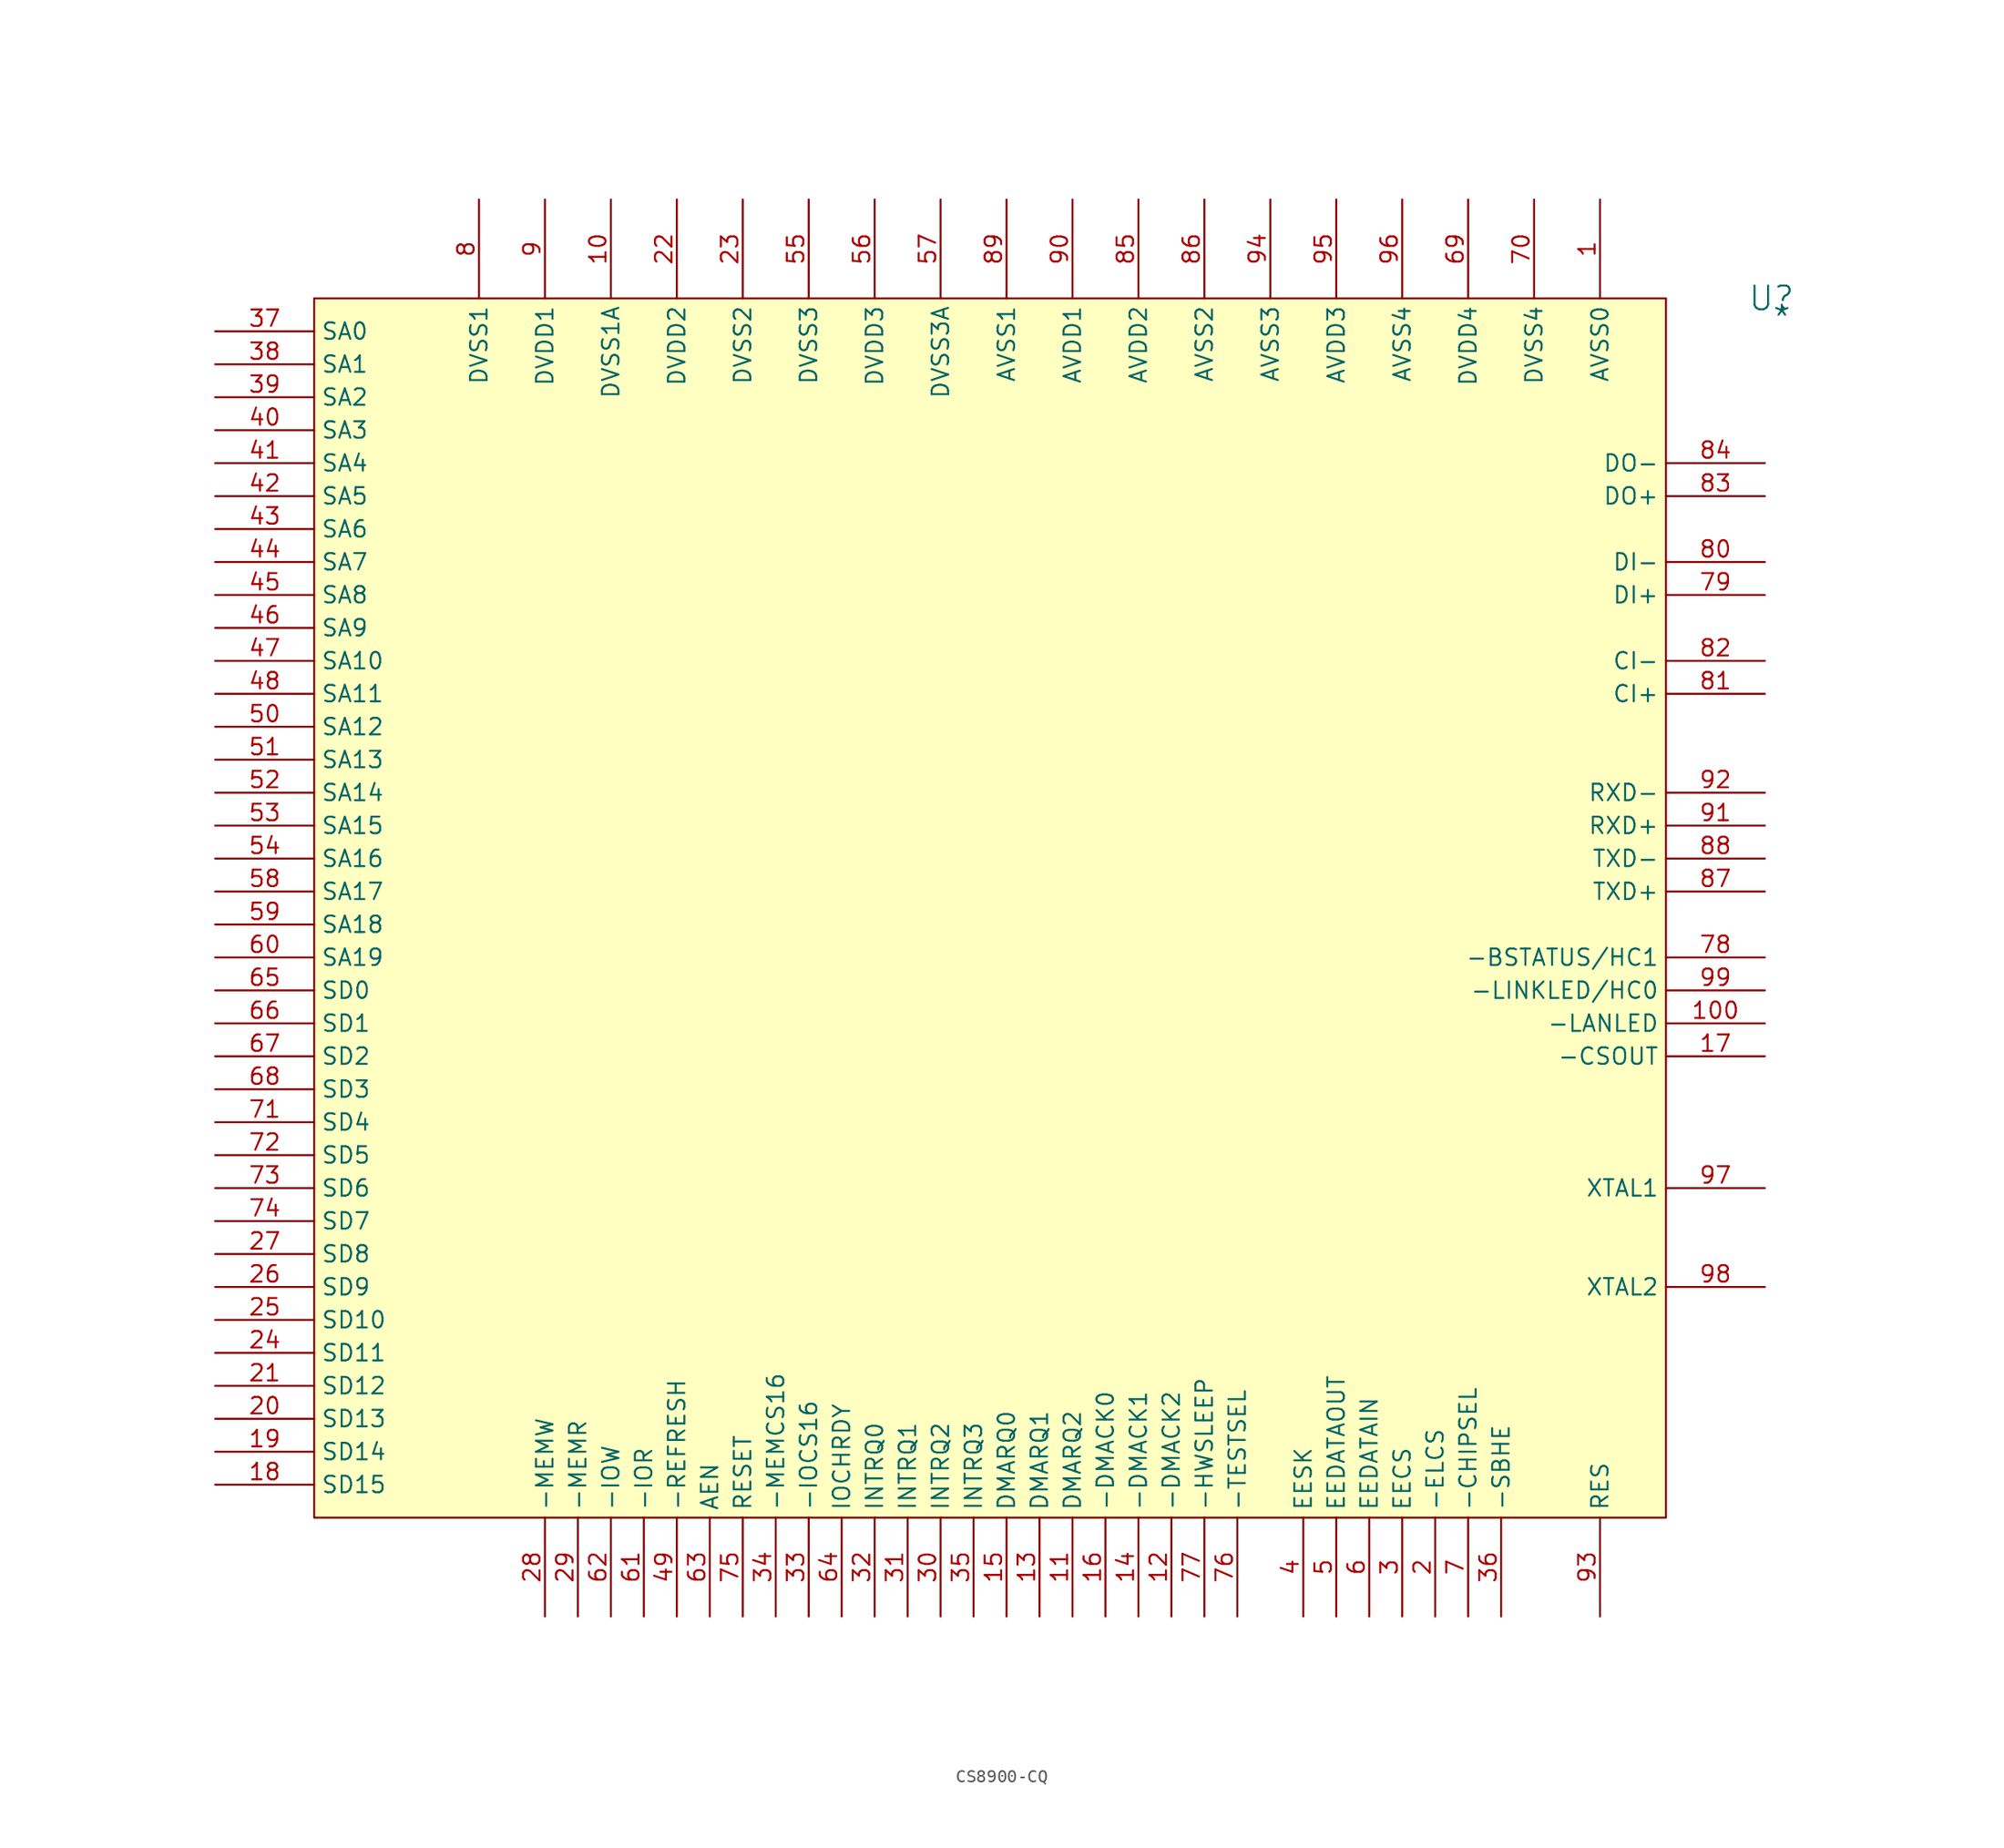
<source format=kicad_sym>
(kicad_symbol_lib
  (version 20241209)
  (generator "kicad_symbol_editor")
  (generator_version "9.0")
  (symbol "CS8900-CQ"
    (property "Reference" "U"
      (at 112.268 0 0)
      (effects (font (size 1.829 1.829))))
    (property "Value" "*"
      (at 112.268 -2.54 0)
      (effects (font (size 1.829 1.829)) (justify left bottom)))
    (symbol "CS8900-CQ_1_0"
      (rectangle (start 104.14 0) (end 0 -93.98) (stroke (width 0) (type solid) (color 128 0 0 1)) (fill (type background)))
      (pin input line (at -7.62 -2.54 0) (length 7.62) (name "SA0" (effects (font (size 1.27 1.27)))) (number "37" (effects (font (size 1.27 1.27)))))
      (pin input line (at -7.62 -5.08 0) (length 7.62) (name "SA1" (effects (font (size 1.27 1.27)))) (number "38" (effects (font (size 1.27 1.27)))))
      (pin input line (at -7.62 -7.62 0) (length 7.62) (name "SA2" (effects (font (size 1.27 1.27)))) (number "39" (effects (font (size 1.27 1.27)))))
      (pin input line (at -7.62 -10.16 0) (length 7.62) (name "SA3" (effects (font (size 1.27 1.27)))) (number "40" (effects (font (size 1.27 1.27)))))
      (pin input line (at -7.62 -12.7 0) (length 7.62) (name "SA4" (effects (font (size 1.27 1.27)))) (number "41" (effects (font (size 1.27 1.27)))))
      (pin input line (at -7.62 -15.24 0) (length 7.62) (name "SA5" (effects (font (size 1.27 1.27)))) (number "42" (effects (font (size 1.27 1.27)))))
      (pin input line (at -7.62 -17.78 0) (length 7.62) (name "SA6" (effects (font (size 1.27 1.27)))) (number "43" (effects (font (size 1.27 1.27)))))
      (pin input line (at -7.62 -20.32 0) (length 7.62) (name "SA7" (effects (font (size 1.27 1.27)))) (number "44" (effects (font (size 1.27 1.27)))))
      (pin input line (at -7.62 -22.86 0) (length 7.62) (name "SA8" (effects (font (size 1.27 1.27)))) (number "45" (effects (font (size 1.27 1.27)))))
      (pin input line (at -7.62 -25.4 0) (length 7.62) (name "SA9" (effects (font (size 1.27 1.27)))) (number "46" (effects (font (size 1.27 1.27)))))
      (pin input line (at -7.62 -27.94 0) (length 7.62) (name "SA10" (effects (font (size 1.27 1.27)))) (number "47" (effects (font (size 1.27 1.27)))))
      (pin input line (at -7.62 -30.48 0) (length 7.62) (name "SA11" (effects (font (size 1.27 1.27)))) (number "48" (effects (font (size 1.27 1.27)))))
      (pin input line (at -7.62 -33.02 0) (length 7.62) (name "SA12" (effects (font (size 1.27 1.27)))) (number "50" (effects (font (size 1.27 1.27)))))
      (pin input line (at -7.62 -35.56 0) (length 7.62) (name "SA13" (effects (font (size 1.27 1.27)))) (number "51" (effects (font (size 1.27 1.27)))))
      (pin input line (at -7.62 -38.1 0) (length 7.62) (name "SA14" (effects (font (size 1.27 1.27)))) (number "52" (effects (font (size 1.27 1.27)))))
      (pin input line (at -7.62 -40.64 0) (length 7.62) (name "SA15" (effects (font (size 1.27 1.27)))) (number "53" (effects (font (size 1.27 1.27)))))
      (pin input line (at -7.62 -43.18 0) (length 7.62) (name "SA16" (effects (font (size 1.27 1.27)))) (number "54" (effects (font (size 1.27 1.27)))))
      (pin input line (at -7.62 -45.72 0) (length 7.62) (name "SA17" (effects (font (size 1.27 1.27)))) (number "58" (effects (font (size 1.27 1.27)))))
      (pin input line (at -7.62 -48.26 0) (length 7.62) (name "SA18" (effects (font (size 1.27 1.27)))) (number "59" (effects (font (size 1.27 1.27)))))
      (pin input line (at -7.62 -50.8 0) (length 7.62) (name "SA19" (effects (font (size 1.27 1.27)))) (number "60" (effects (font (size 1.27 1.27)))))
      (pin bidirectional line (at -7.62 -53.34 0) (length 7.62) (name "SD0" (effects (font (size 1.27 1.27)))) (number "65" (effects (font (size 1.27 1.27)))))
      (pin bidirectional line (at -7.62 -55.88 0) (length 7.62) (name "SD1" (effects (font (size 1.27 1.27)))) (number "66" (effects (font (size 1.27 1.27)))))
      (pin bidirectional line (at -7.62 -58.42 0) (length 7.62) (name "SD2" (effects (font (size 1.27 1.27)))) (number "67" (effects (font (size 1.27 1.27)))))
      (pin bidirectional line (at -7.62 -60.96 0) (length 7.62) (name "SD3" (effects (font (size 1.27 1.27)))) (number "68" (effects (font (size 1.27 1.27)))))
      (pin bidirectional line (at -7.62 -63.5 0) (length 7.62) (name "SD4" (effects (font (size 1.27 1.27)))) (number "71" (effects (font (size 1.27 1.27)))))
      (pin bidirectional line (at -7.62 -66.04 0) (length 7.62) (name "SD5" (effects (font (size 1.27 1.27)))) (number "72" (effects (font (size 1.27 1.27)))))
      (pin bidirectional line (at -7.62 -68.58 0) (length 7.62) (name "SD6" (effects (font (size 1.27 1.27)))) (number "73" (effects (font (size 1.27 1.27)))))
      (pin bidirectional line (at -7.62 -71.12 0) (length 7.62) (name "SD7" (effects (font (size 1.27 1.27)))) (number "74" (effects (font (size 1.27 1.27)))))
      (pin bidirectional line (at -7.62 -73.66 0) (length 7.62) (name "SD8" (effects (font (size 1.27 1.27)))) (number "27" (effects (font (size 1.27 1.27)))))
      (pin bidirectional line (at -7.62 -76.2 0) (length 7.62) (name "SD9" (effects (font (size 1.27 1.27)))) (number "26" (effects (font (size 1.27 1.27)))))
      (pin bidirectional line (at -7.62 -78.74 0) (length 7.62) (name "SD10" (effects (font (size 1.27 1.27)))) (number "25" (effects (font (size 1.27 1.27)))))
      (pin bidirectional line (at -7.62 -81.28 0) (length 7.62) (name "SD11" (effects (font (size 1.27 1.27)))) (number "24" (effects (font (size 1.27 1.27)))))
      (pin bidirectional line (at -7.62 -83.82 0) (length 7.62) (name "SD12" (effects (font (size 1.27 1.27)))) (number "21" (effects (font (size 1.27 1.27)))))
      (pin bidirectional line (at -7.62 -86.36 0) (length 7.62) (name "SD13" (effects (font (size 1.27 1.27)))) (number "20" (effects (font (size 1.27 1.27)))))
      (pin bidirectional line (at -7.62 -88.9 0) (length 7.62) (name "SD14" (effects (font (size 1.27 1.27)))) (number "19" (effects (font (size 1.27 1.27)))))
      (pin bidirectional line (at -7.62 -91.44 0) (length 7.62) (name "SD15" (effects (font (size 1.27 1.27)))) (number "18" (effects (font (size 1.27 1.27)))))
      (pin input line (at 12.7 7.62 270) (length 7.62) (name "DVSS1" (effects (font (size 1.27 1.27)))) (number "8" (effects (font (size 1.27 1.27)))))
      (pin input line (at 17.78 7.62 270) (length 7.62) (name "DVDD1" (effects (font (size 1.27 1.27)))) (number "9" (effects (font (size 1.27 1.27)))))
      (pin input line (at 17.78 -101.6 90) (length 7.62) (name "-MEMW" (effects (font (size 1.27 1.27)))) (number "28" (effects (font (size 1.27 1.27)))))
      (pin input line (at 20.32 -101.6 90) (length 7.62) (name "-MEMR" (effects (font (size 1.27 1.27)))) (number "29" (effects (font (size 1.27 1.27)))))
      (pin input line (at 22.86 7.62 270) (length 7.62) (name "DVSS1A" (effects (font (size 1.27 1.27)))) (number "10" (effects (font (size 1.27 1.27)))))
      (pin input line (at 22.86 -101.6 90) (length 7.62) (name "-IOW" (effects (font (size 1.27 1.27)))) (number "62" (effects (font (size 1.27 1.27)))))
      (pin input line (at 25.4 -101.6 90) (length 7.62) (name "-IOR" (effects (font (size 1.27 1.27)))) (number "61" (effects (font (size 1.27 1.27)))))
      (pin input line (at 27.94 7.62 270) (length 7.62) (name "DVDD2" (effects (font (size 1.27 1.27)))) (number "22" (effects (font (size 1.27 1.27)))))
      (pin input line (at 27.94 -101.6 90) (length 7.62) (name "-REFRESH" (effects (font (size 1.27 1.27)))) (number "49" (effects (font (size 1.27 1.27)))))
      (pin input line (at 30.48 -101.6 90) (length 7.62) (name "AEN" (effects (font (size 1.27 1.27)))) (number "63" (effects (font (size 1.27 1.27)))))
      (pin input line (at 33.02 7.62 270) (length 7.62) (name "DVSS2" (effects (font (size 1.27 1.27)))) (number "23" (effects (font (size 1.27 1.27)))))
      (pin input line (at 33.02 -101.6 90) (length 7.62) (name "RESET" (effects (font (size 1.27 1.27)))) (number "75" (effects (font (size 1.27 1.27)))))
      (pin output line (at 35.56 -101.6 90) (length 7.62) (name "-MEMCS16" (effects (font (size 1.27 1.27)))) (number "34" (effects (font (size 1.27 1.27)))))
      (pin input line (at 38.1 7.62 270) (length 7.62) (name "DVSS3" (effects (font (size 1.27 1.27)))) (number "55" (effects (font (size 1.27 1.27)))))
      (pin output line (at 38.1 -101.6 90) (length 7.62) (name "-IOCS16" (effects (font (size 1.27 1.27)))) (number "33" (effects (font (size 1.27 1.27)))))
      (pin output line (at 40.64 -101.6 90) (length 7.62) (name "IOCHRDY" (effects (font (size 1.27 1.27)))) (number "64" (effects (font (size 1.27 1.27)))))
      (pin input line (at 43.18 7.62 270) (length 7.62) (name "DVDD3" (effects (font (size 1.27 1.27)))) (number "56" (effects (font (size 1.27 1.27)))))
      (pin output line (at 43.18 -101.6 90) (length 7.62) (name "INTRQ0" (effects (font (size 1.27 1.27)))) (number "32" (effects (font (size 1.27 1.27)))))
      (pin output line (at 45.72 -101.6 90) (length 7.62) (name "INTRQ1" (effects (font (size 1.27 1.27)))) (number "31" (effects (font (size 1.27 1.27)))))
      (pin input line (at 48.26 7.62 270) (length 7.62) (name "DVSS3A" (effects (font (size 1.27 1.27)))) (number "57" (effects (font (size 1.27 1.27)))))
      (pin output line (at 48.26 -101.6 90) (length 7.62) (name "INTRQ2" (effects (font (size 1.27 1.27)))) (number "30" (effects (font (size 1.27 1.27)))))
      (pin output line (at 50.8 -101.6 90) (length 7.62) (name "INTRQ3" (effects (font (size 1.27 1.27)))) (number "35" (effects (font (size 1.27 1.27)))))
      (pin input line (at 53.34 7.62 270) (length 7.62) (name "AVSS1" (effects (font (size 1.27 1.27)))) (number "89" (effects (font (size 1.27 1.27)))))
      (pin output line (at 53.34 -101.6 90) (length 7.62) (name "DMARQ0" (effects (font (size 1.27 1.27)))) (number "15" (effects (font (size 1.27 1.27)))))
      (pin output line (at 55.88 -101.6 90) (length 7.62) (name "DMARQ1" (effects (font (size 1.27 1.27)))) (number "13" (effects (font (size 1.27 1.27)))))
      (pin input line (at 58.42 7.62 270) (length 7.62) (name "AVDD1" (effects (font (size 1.27 1.27)))) (number "90" (effects (font (size 1.27 1.27)))))
      (pin output line (at 58.42 -101.6 90) (length 7.62) (name "DMARQ2" (effects (font (size 1.27 1.27)))) (number "11" (effects (font (size 1.27 1.27)))))
      (pin input line (at 60.96 -101.6 90) (length 7.62) (name "-DMACK0" (effects (font (size 1.27 1.27)))) (number "16" (effects (font (size 1.27 1.27)))))
      (pin input line (at 63.5 7.62 270) (length 7.62) (name "AVDD2" (effects (font (size 1.27 1.27)))) (number "85" (effects (font (size 1.27 1.27)))))
      (pin input line (at 63.5 -101.6 90) (length 7.62) (name "-DMACK1" (effects (font (size 1.27 1.27)))) (number "14" (effects (font (size 1.27 1.27)))))
      (pin input line (at 66.04 -101.6 90) (length 7.62) (name "-DMACK2" (effects (font (size 1.27 1.27)))) (number "12" (effects (font (size 1.27 1.27)))))
      (pin input line (at 68.58 7.62 270) (length 7.62) (name "AVSS2" (effects (font (size 1.27 1.27)))) (number "86" (effects (font (size 1.27 1.27)))))
      (pin input line (at 68.58 -101.6 90) (length 7.62) (name "-HWSLEEP" (effects (font (size 1.27 1.27)))) (number "77" (effects (font (size 1.27 1.27)))))
      (pin input line (at 71.12 -101.6 90) (length 7.62) (name "-TESTSEL" (effects (font (size 1.27 1.27)))) (number "76" (effects (font (size 1.27 1.27)))))
      (pin input line (at 73.66 7.62 270) (length 7.62) (name "AVSS3" (effects (font (size 1.27 1.27)))) (number "94" (effects (font (size 1.27 1.27)))))
      (pin output line (at 76.2 -101.6 90) (length 7.62) (name "EESK" (effects (font (size 1.27 1.27)))) (number "4" (effects (font (size 1.27 1.27)))))
      (pin input line (at 78.74 7.62 270) (length 7.62) (name "AVDD3" (effects (font (size 1.27 1.27)))) (number "95" (effects (font (size 1.27 1.27)))))
      (pin output line (at 78.74 -101.6 90) (length 7.62) (name "EEDATAOUT" (effects (font (size 1.27 1.27)))) (number "5" (effects (font (size 1.27 1.27)))))
      (pin input line (at 81.28 -101.6 90) (length 7.62) (name "EEDATAIN" (effects (font (size 1.27 1.27)))) (number "6" (effects (font (size 1.27 1.27)))))
      (pin input line (at 83.82 7.62 270) (length 7.62) (name "AVSS4" (effects (font (size 1.27 1.27)))) (number "96" (effects (font (size 1.27 1.27)))))
      (pin output line (at 83.82 -101.6 90) (length 7.62) (name "EECS" (effects (font (size 1.27 1.27)))) (number "3" (effects (font (size 1.27 1.27)))))
      (pin bidirectional line (at 86.36 -101.6 90) (length 7.62) (name "-ELCS" (effects (font (size 1.27 1.27)))) (number "2" (effects (font (size 1.27 1.27)))))
      (pin input line (at 88.9 7.62 270) (length 7.62) (name "DVDD4" (effects (font (size 1.27 1.27)))) (number "69" (effects (font (size 1.27 1.27)))))
      (pin input line (at 88.9 -101.6 90) (length 7.62) (name "-CHIPSEL" (effects (font (size 1.27 1.27)))) (number "7" (effects (font (size 1.27 1.27)))))
      (pin input line (at 91.44 -101.6 90) (length 7.62) (name "-SBHE" (effects (font (size 1.27 1.27)))) (number "36" (effects (font (size 1.27 1.27)))))
      (pin input line (at 93.98 7.62 270) (length 7.62) (name "DVSS4" (effects (font (size 1.27 1.27)))) (number "70" (effects (font (size 1.27 1.27)))))
      (pin input line (at 99.06 7.62 270) (length 7.62) (name "AVSS0" (effects (font (size 1.27 1.27)))) (number "1" (effects (font (size 1.27 1.27)))))
      (pin input line (at 99.06 -101.6 90) (length 7.62) (name "RES" (effects (font (size 1.27 1.27)))) (number "93" (effects (font (size 1.27 1.27)))))
      (pin output line (at 111.76 -12.7 180) (length 7.62) (name "DO-" (effects (font (size 1.27 1.27)))) (number "84" (effects (font (size 1.27 1.27)))))
      (pin output line (at 111.76 -15.24 180) (length 7.62) (name "DO+" (effects (font (size 1.27 1.27)))) (number "83" (effects (font (size 1.27 1.27)))))
      (pin input line (at 111.76 -20.32 180) (length 7.62) (name "DI-" (effects (font (size 1.27 1.27)))) (number "80" (effects (font (size 1.27 1.27)))))
      (pin input line (at 111.76 -22.86 180) (length 7.62) (name "DI+" (effects (font (size 1.27 1.27)))) (number "79" (effects (font (size 1.27 1.27)))))
      (pin input line (at 111.76 -27.94 180) (length 7.62) (name "CI-" (effects (font (size 1.27 1.27)))) (number "82" (effects (font (size 1.27 1.27)))))
      (pin input line (at 111.76 -30.48 180) (length 7.62) (name "CI+" (effects (font (size 1.27 1.27)))) (number "81" (effects (font (size 1.27 1.27)))))
      (pin input line (at 111.76 -38.1 180) (length 7.62) (name "RXD-" (effects (font (size 1.27 1.27)))) (number "92" (effects (font (size 1.27 1.27)))))
      (pin input line (at 111.76 -40.64 180) (length 7.62) (name "RXD+" (effects (font (size 1.27 1.27)))) (number "91" (effects (font (size 1.27 1.27)))))
      (pin output line (at 111.76 -43.18 180) (length 7.62) (name "TXD-" (effects (font (size 1.27 1.27)))) (number "88" (effects (font (size 1.27 1.27)))))
      (pin output line (at 111.76 -45.72 180) (length 7.62) (name "TXD+" (effects (font (size 1.27 1.27)))) (number "87" (effects (font (size 1.27 1.27)))))
      (pin output line (at 111.76 -50.8 180) (length 7.62) (name "-BSTATUS/HC1" (effects (font (size 1.27 1.27)))) (number "78" (effects (font (size 1.27 1.27)))))
      (pin output line (at 111.76 -53.34 180) (length 7.62) (name "-LINKLED/HC0" (effects (font (size 1.27 1.27)))) (number "99" (effects (font (size 1.27 1.27)))))
      (pin output line (at 111.76 -55.88 180) (length 7.62) (name "-LANLED" (effects (font (size 1.27 1.27)))) (number "100" (effects (font (size 1.27 1.27)))))
      (pin output line (at 111.76 -58.42 180) (length 7.62) (name "-CSOUT" (effects (font (size 1.27 1.27)))) (number "17" (effects (font (size 1.27 1.27)))))
      (pin bidirectional line (at 111.76 -68.58 180) (length 7.62) (name "XTAL1" (effects (font (size 1.27 1.27)))) (number "97" (effects (font (size 1.27 1.27)))))
      (pin bidirectional line (at 111.76 -76.2 180) (length 7.62) (name "XTAL2" (effects (font (size 1.27 1.27)))) (number "98" (effects (font (size 1.27 1.27))))))))
</source>
